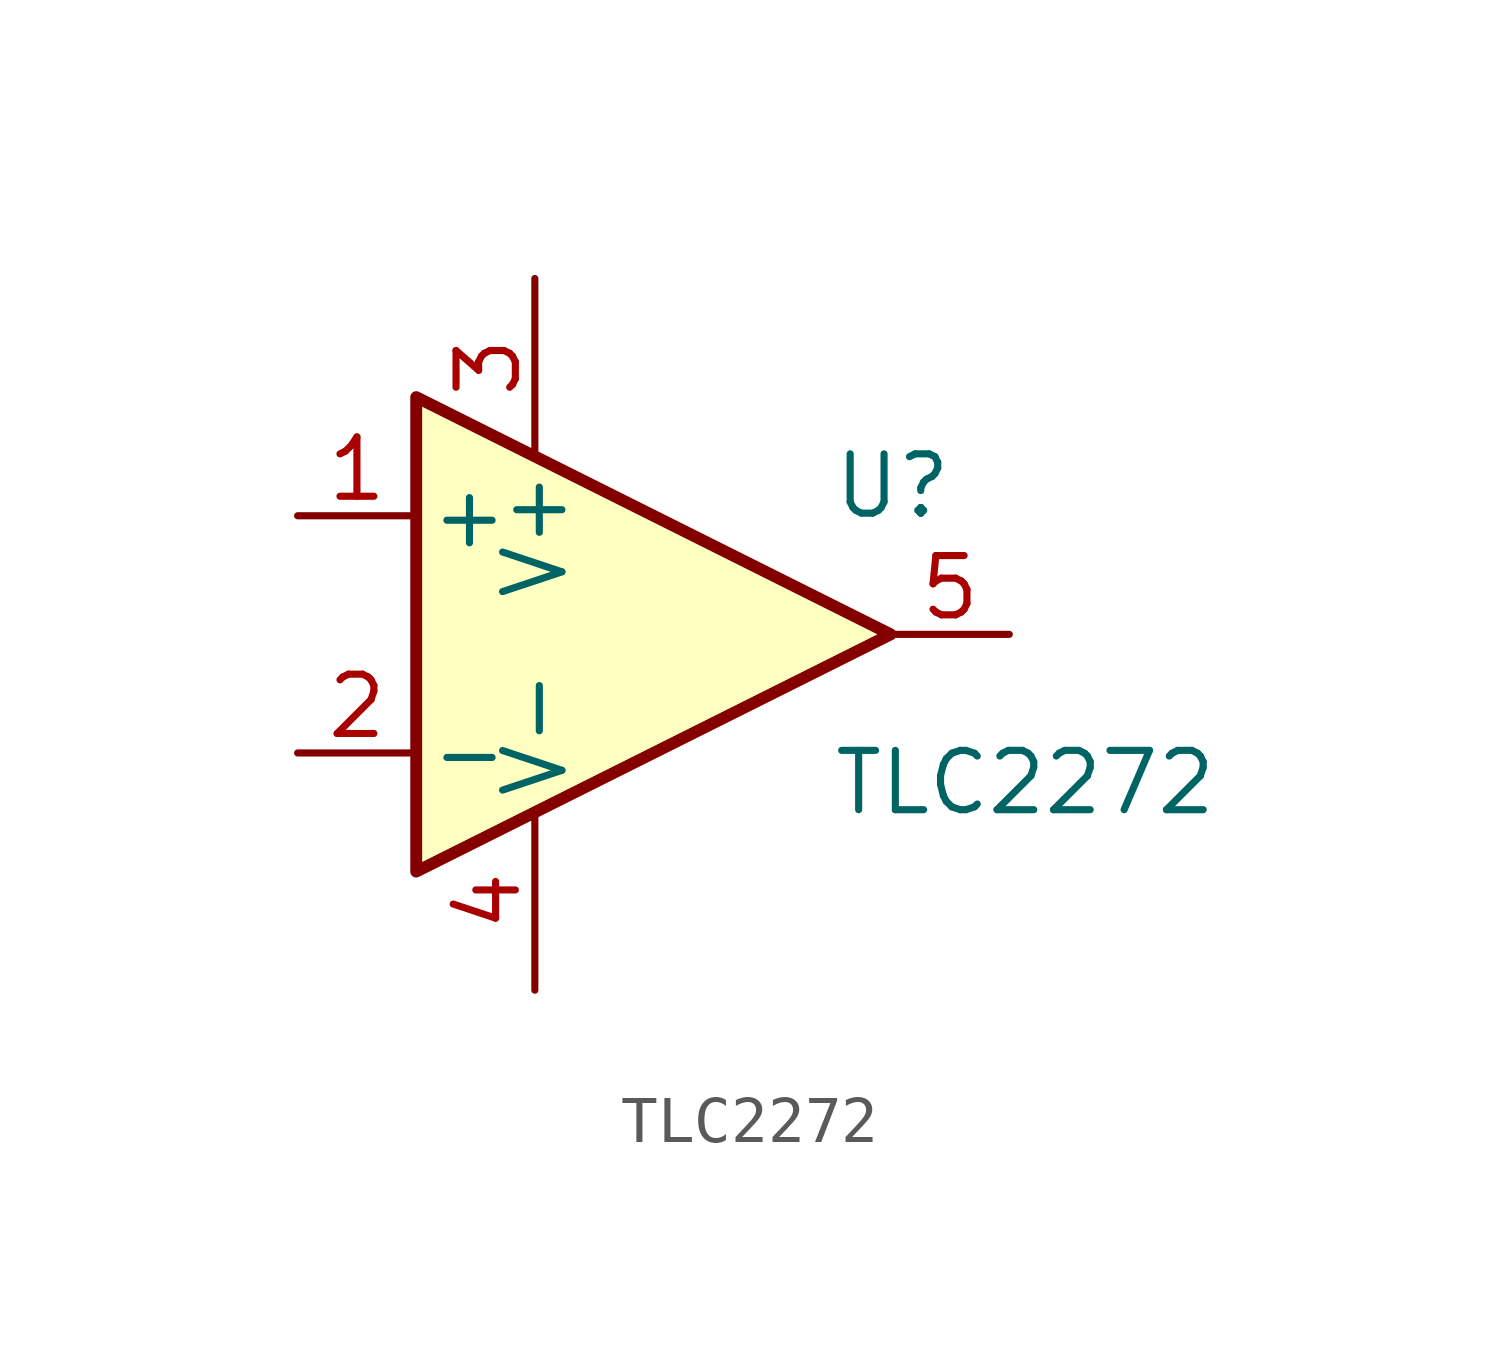
<source format=kicad_sym>
(kicad_symbol_lib
  (version 20211014)
  (generator kicad_symbol_editor)
  (symbol "TLC2272"
    (pin_names
      (offset 0.254))
    (property "Reference" "U"
      (at 3.81 3.175 0)
      (effects (font (size 1.27 1.27)) (justify left)))
    (property "Value" "TLC2272"
      (at 3.81 -3.175 0)
      (effects (font (size 1.27 1.27)) (justify left)))
    (symbol "TLC2272_0_1"
      (polyline (pts (xy 5.08 0) (xy -5.08 5.08) (xy -5.08 -5.08) (xy 5.08 0)) (stroke (width 0.254) (type default) (color 0 0 0 0)) (fill (type background))))
    (symbol "TLC2272_1_1"
      (pin passive line (at -7.62 2.54 0) (length 2.54) (name "+" (effects (font (size 1.27 1.27)))) (number "1" (effects (font (size 1.27 1.27)))))
      (pin passive line (at -7.62 -2.54 0) (length 2.54) (name "-" (effects (font (size 1.27 1.27)))) (number "2" (effects (font (size 1.27 1.27)))))
      (pin passive line (at -2.54 7.62 270) (length 3.81) (name "V+" (effects (font (size 1.27 1.27)))) (number "3" (effects (font (size 1.27 1.27)))))
      (pin passive line (at -2.54 -7.62 90) (length 3.81) (name "V-" (effects (font (size 1.27 1.27)))) (number "4" (effects (font (size 1.27 1.27)))))
      (pin passive line (at 7.62 0 180) (length 2.54) (name "~" (effects (font (size 1.27 1.27)))) (number "5" (effects (font (size 1.27 1.27))))))))
</source>
